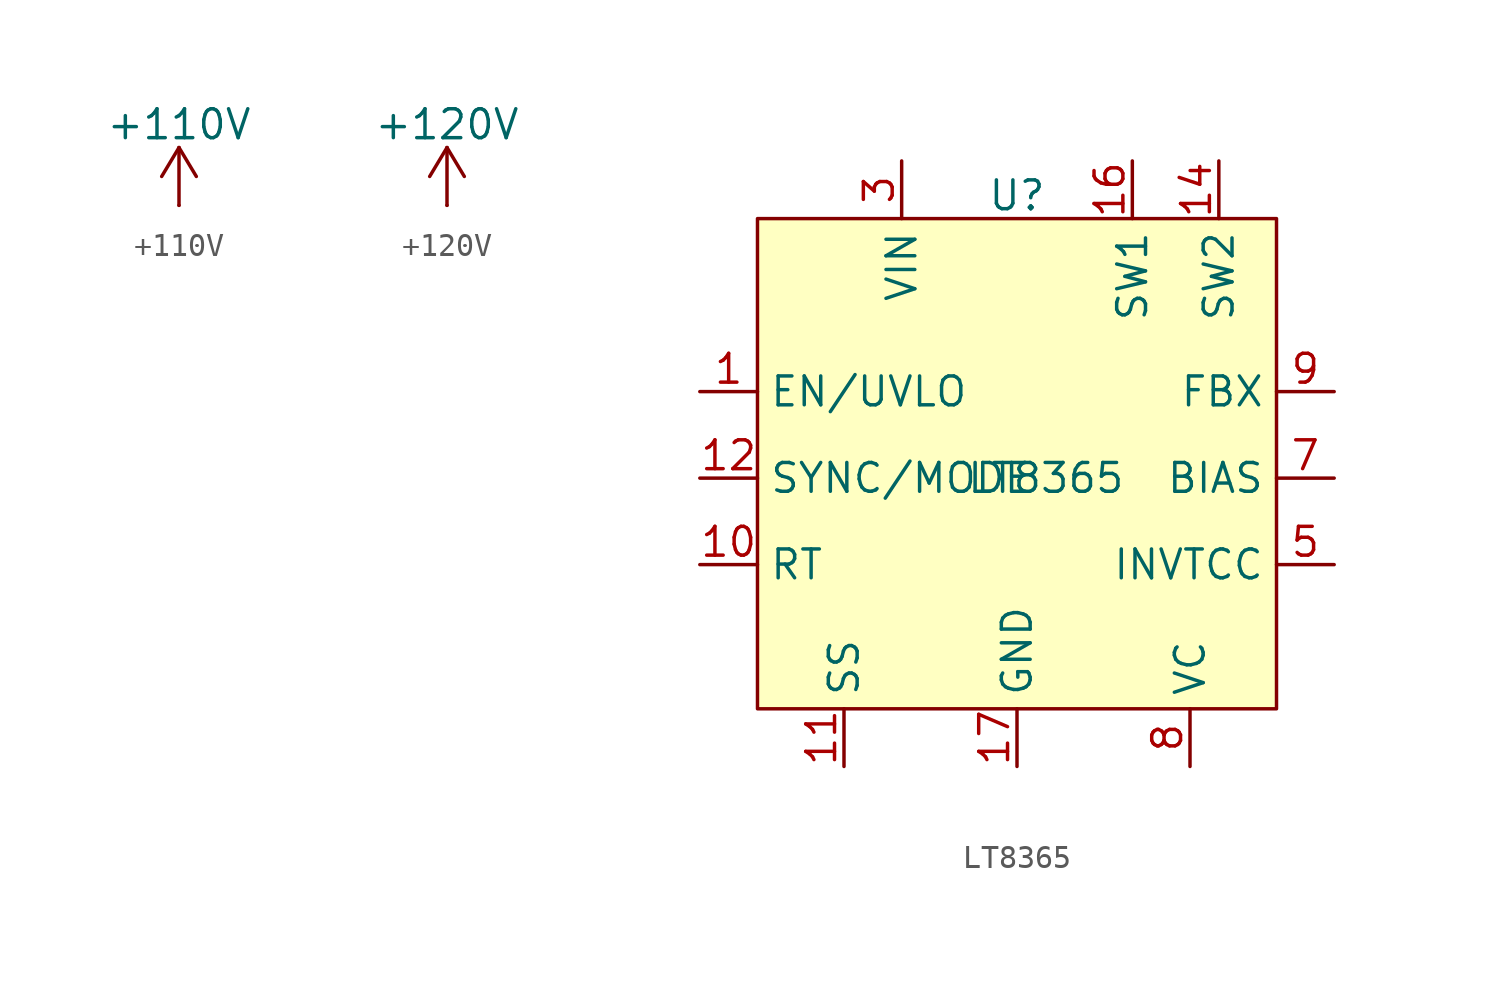
<source format=kicad_sym>
(kicad_symbol_lib
  (version 20231120)
  (generator "kicad_symbol_editor")
  (generator_version "8.0")
  (symbol "+110V"
    (power)
    (pin_numbers hide)
    (pin_names
      (offset 0) hide)
    (property "Reference" "#PWR"
      (at 0 -3.81 0)
      (effects (font (size 1.27 1.27)) (hide yes)))
    (property "Value" "+110V"
      (at 0 3.556 0)
      (effects (font (size 1.27 1.27))))
    (symbol "+110V_0_1"
      (polyline (pts (xy -0.762 1.27) (xy 0 2.54)) (stroke (width 0) (type default)) (fill (type none)))
      (polyline (pts (xy 0 0) (xy 0 2.54)) (stroke (width 0) (type default)) (fill (type none)))
      (polyline (pts (xy 0 2.54) (xy 0.762 1.27)) (stroke (width 0) (type default)) (fill (type none))))
    (symbol "+110V_1_1"
      (pin power_in line (at 0 0 90) (length 0) (name "~" (effects (font (size 1.27 1.27)))) (number "1" (effects (font (size 1.27 1.27)))))))
  (symbol "+120V"
    (power)
    (pin_numbers hide)
    (pin_names
      (offset 0) hide)
    (property "Reference" "#PWR"
      (at 0 -3.81 0)
      (effects (font (size 1.27 1.27)) (hide yes)))
    (property "Value" "+120V"
      (at 0 3.556 0)
      (effects (font (size 1.27 1.27))))
    (symbol "+120V_0_1"
      (polyline (pts (xy -0.762 1.27) (xy 0 2.54)) (stroke (width 0) (type default)) (fill (type none)))
      (polyline (pts (xy 0 0) (xy 0 2.54)) (stroke (width 0) (type default)) (fill (type none)))
      (polyline (pts (xy 0 2.54) (xy 0.762 1.27)) (stroke (width 0) (type default)) (fill (type none))))
    (symbol "+120V_1_1"
      (pin power_in line (at 0 0 90) (length 0) (name "~" (effects (font (size 1.27 1.27)))) (number "1" (effects (font (size 1.27 1.27)))))))
  (symbol "LT8365"
    (property "Reference" "U"
      (at 0 12.446 0)
      (effects (font (size 1.27 1.27))))
    (property "Value" "LT8365"
      (at 1.27 0 0)
      (effects (font (size 1.27 1.27))))
    (symbol "LT8365_0_0"
      (pin passive line (at -13.97 -3.81 0) (length 2.54) (name "RT" (effects (font (size 1.27 1.27)))) (number "10" (effects (font (size 1.27 1.27)))))
      (pin input line (at -7.62 -12.7 90) (length 2.54) (name "SS" (effects (font (size 1.27 1.27)))) (number "11" (effects (font (size 1.27 1.27)))))
      (pin passive line (at 8.89 13.97 270) (length 2.54) (name "SW2" (effects (font (size 1.27 1.27)))) (number "14" (effects (font (size 1.27 1.27)))))
      (pin passive line (at 5.08 13.97 270) (length 2.54) (name "SW1" (effects (font (size 1.27 1.27)))) (number "16" (effects (font (size 1.27 1.27)))))
      (pin passive line (at 13.97 -3.81 180) (length 2.54) (name "INVTCC" (effects (font (size 1.27 1.27)))) (number "5" (effects (font (size 1.27 1.27)))))
      (pin passive line (at 13.97 0 180) (length 2.54) (name "BIAS" (effects (font (size 1.27 1.27)))) (number "7" (effects (font (size 1.27 1.27)))))
      (pin output line (at 7.62 -12.7 90) (length 2.54) (name "VC" (effects (font (size 1.27 1.27)))) (number "8" (effects (font (size 1.27 1.27)))))
      (pin input line (at 13.97 3.81 180) (length 2.54) (name "FBX" (effects (font (size 1.27 1.27)))) (number "9" (effects (font (size 1.27 1.27))))))
    (symbol "LT8365_1_0"
      (pin passive line (at -13.97 3.81 0) (length 2.54) (name "EN/UVLO" (effects (font (size 1.27 1.27)))) (number "1" (effects (font (size 1.27 1.27)))))
      (pin passive line (at -13.97 0 0) (length 2.54) (name "SYNC/MODE" (effects (font (size 1.27 1.27)))) (number "12" (effects (font (size 1.27 1.27)))))
      (pin passive line (at 0 -12.7 90) (length 2.54) (name "GND" (effects (font (size 1.27 1.27)))) (number "17" (effects (font (size 1.27 1.27)))))
      (pin passive line (at -5.08 13.97 270) (length 2.54) (name "VIN" (effects (font (size 1.27 1.27)))) (number "3" (effects (font (size 1.27 1.27)))))
      (pin no_connect line (at 0 11.43 270) (length 2.54) hide (name "NC" (effects (font (size 1.27 1.27)))) (number "6" (effects (font (size 1.27 1.27))))))
    (symbol "LT8365_1_1"
      (rectangle (start -11.43 11.43) (end 11.43 -10.16) (stroke (width 0) (type default)) (fill (type background))))))
</source>
